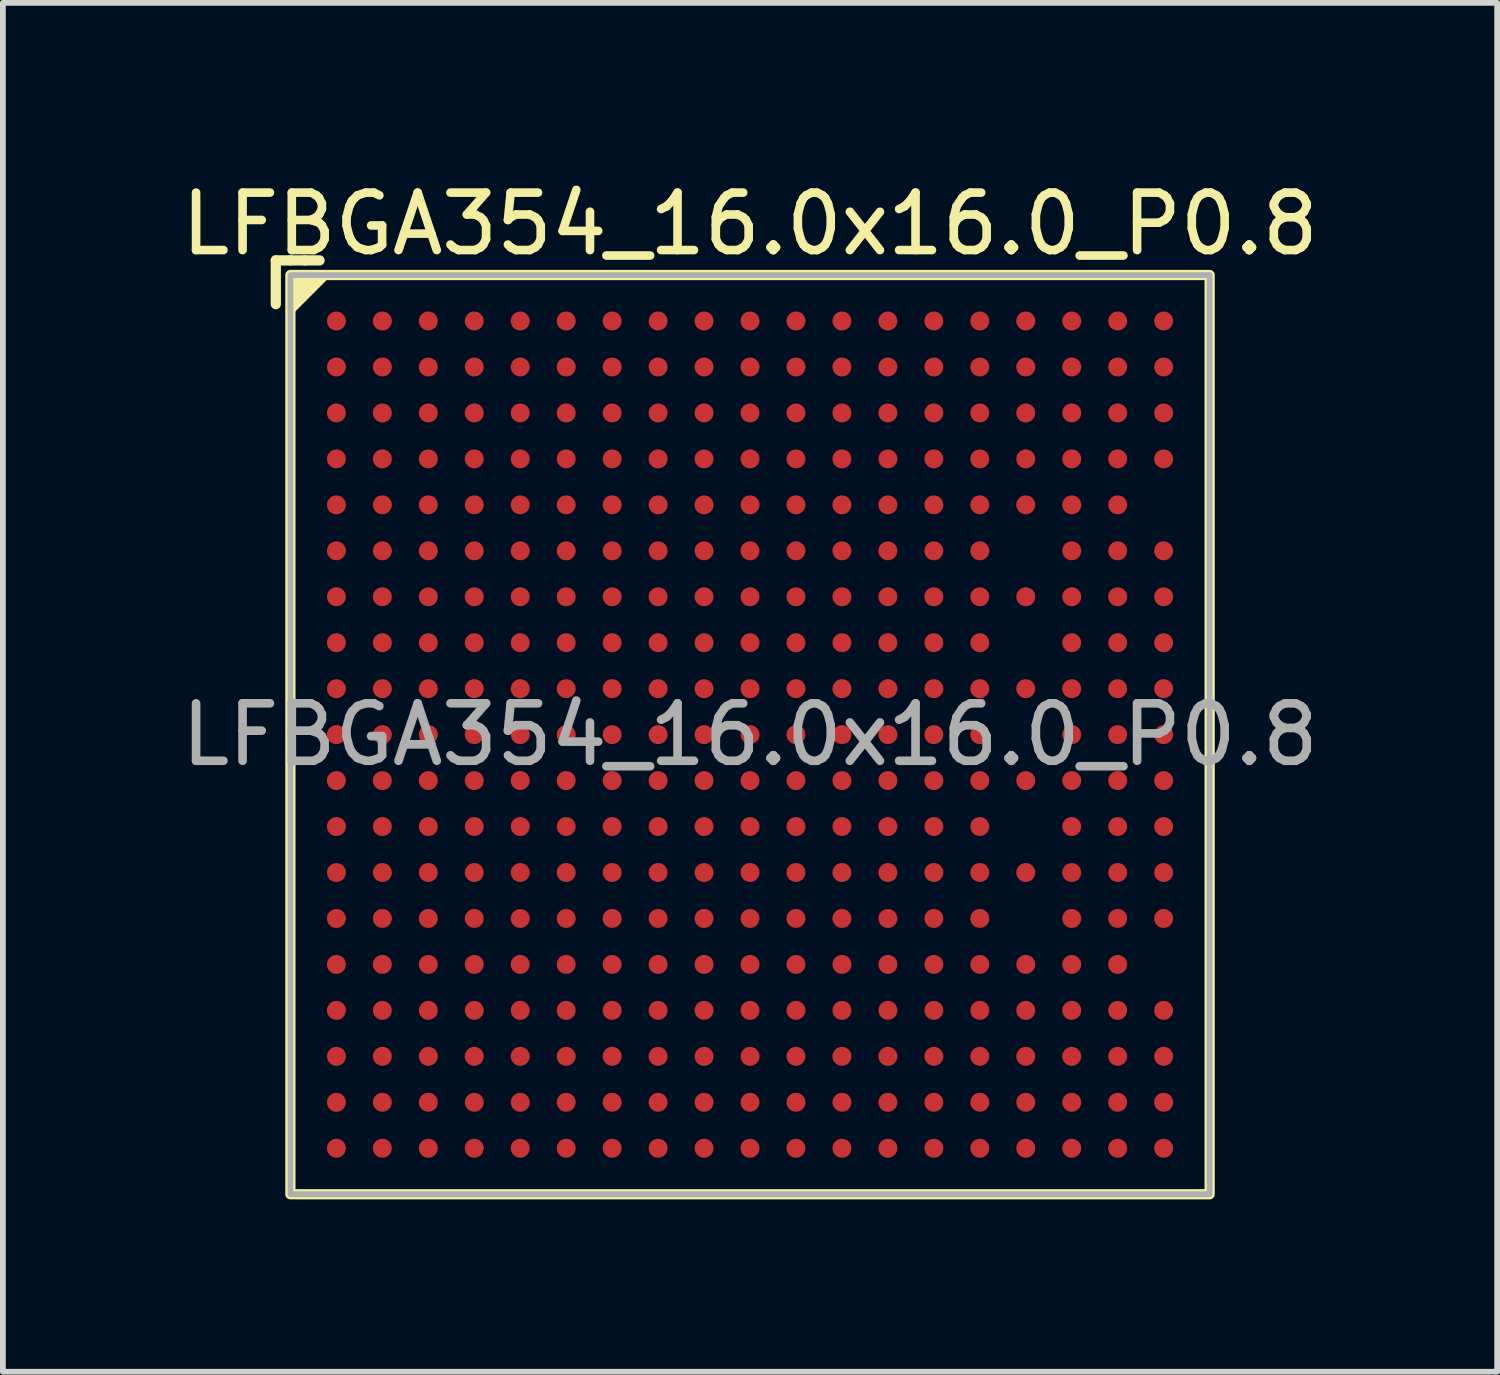
<source format=kicad_pcb>
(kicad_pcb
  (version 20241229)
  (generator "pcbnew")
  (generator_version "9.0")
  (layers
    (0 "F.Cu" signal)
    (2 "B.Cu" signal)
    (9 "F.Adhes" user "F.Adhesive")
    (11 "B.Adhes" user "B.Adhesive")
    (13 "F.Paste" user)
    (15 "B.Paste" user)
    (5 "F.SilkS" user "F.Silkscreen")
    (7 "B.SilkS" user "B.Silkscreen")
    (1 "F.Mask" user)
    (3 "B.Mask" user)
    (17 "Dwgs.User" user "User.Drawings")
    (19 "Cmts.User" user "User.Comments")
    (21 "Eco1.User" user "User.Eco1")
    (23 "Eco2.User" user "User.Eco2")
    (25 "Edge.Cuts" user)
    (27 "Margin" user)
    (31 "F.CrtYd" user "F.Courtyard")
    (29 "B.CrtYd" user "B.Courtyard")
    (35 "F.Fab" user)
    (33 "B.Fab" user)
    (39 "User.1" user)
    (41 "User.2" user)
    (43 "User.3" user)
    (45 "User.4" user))
  (footprint "LFBGA354_16.0x16.0_P0.8"
    (layer "F.Cu")
    (at 10.006 9.738)
    (property "Reference" "LFBGA354_16.0x16.0_P0.8" (at 0 -8.89 0) (unlocked yes) (layer "F.SilkS") (effects (font (size 1 1) (thickness 0.15))))
    (attr smd)
    (fp_line (start -8.255 -8.255) (end -8.255 -7.493) (stroke (width 0.178) (type solid)) (layer "F.SilkS"))
    (fp_line (start -8.255 -8.255) (end -8.001 -8.255) (stroke (width 0.178) (type solid)) (layer "F.SilkS"))
    (fp_line (start -8.001 -8.255) (end -7.747 -8.255) (stroke (width 0.178) (type solid)) (layer "F.SilkS"))
    (fp_line (start -7.747 -8.255) (end -7.493 -8.255) (stroke (width 0.178) (type solid)) (layer "F.SilkS"))
    (fp_rect (start -8.001 -8.001) (end 8.001 8.001) (stroke (width 0.178) (type solid)) (fill no) (layer "F.SilkS"))
    (fp_poly (pts (xy -8.001 -7.366) (xy -8.001 -8.001) (xy -7.366 -8.001)) (stroke (width 0.12) (type solid)) (fill yes) (layer "F.SilkS"))
    (fp_rect (start -8 -8) (end 8 8) (stroke (width 0.1) (type solid)) (fill no) (layer "F.Fab"))
    (fp_text user "${REFERENCE}" (at 0 0 0) (unlocked yes) (layer "F.Fab") (effects (font (size 1 1) (thickness 0.15))))
    (pad "A1" smd circle (at -7.2 -7.2) (size 0.33 0.33) (layers "F.Cu" "F.Mask" "F.Paste"))
    (pad "A2" smd circle (at -6.4 -7.2) (size 0.33 0.33) (layers "F.Cu" "F.Mask" "F.Paste"))
    (pad "A3" smd circle (at -5.6 -7.2) (size 0.33 0.33) (layers "F.Cu" "F.Mask" "F.Paste"))
    (pad "A4" smd circle (at -4.8 -7.2) (size 0.33 0.33) (layers "F.Cu" "F.Mask" "F.Paste"))
    (pad "A5" smd circle (at -4 -7.2) (size 0.33 0.33) (layers "F.Cu" "F.Mask" "F.Paste"))
    (pad "A6" smd circle (at -3.2 -7.2) (size 0.33 0.33) (layers "F.Cu" "F.Mask" "F.Paste"))
    (pad "A7" smd circle (at -2.4 -7.2) (size 0.33 0.33) (layers "F.Cu" "F.Mask" "F.Paste"))
    (pad "A8" smd circle (at -1.6 -7.2) (size 0.33 0.33) (layers "F.Cu" "F.Mask" "F.Paste"))
    (pad "A9" smd circle (at -0.8 -7.2) (size 0.33 0.33) (layers "F.Cu" "F.Mask" "F.Paste"))
    (pad "A10" smd circle (at 0 -7.2) (size 0.33 0.33) (layers "F.Cu" "F.Mask" "F.Paste"))
    (pad "A11" smd circle (at 0.8 -7.2) (size 0.33 0.33) (layers "F.Cu" "F.Mask" "F.Paste"))
    (pad "A12" smd circle (at 1.6 -7.2) (size 0.33 0.33) (layers "F.Cu" "F.Mask" "F.Paste"))
    (pad "A13" smd circle (at 2.4 -7.2) (size 0.33 0.33) (layers "F.Cu" "F.Mask" "F.Paste"))
    (pad "A14" smd circle (at 3.2 -7.2) (size 0.33 0.33) (layers "F.Cu" "F.Mask" "F.Paste"))
    (pad "A15" smd circle (at 4 -7.2) (size 0.33 0.33) (layers "F.Cu" "F.Mask" "F.Paste"))
    (pad "A16" smd circle (at 4.8 -7.2) (size 0.33 0.33) (layers "F.Cu" "F.Mask" "F.Paste"))
    (pad "A17" smd circle (at 5.6 -7.2) (size 0.33 0.33) (layers "F.Cu" "F.Mask" "F.Paste"))
    (pad "A18" smd circle (at 6.4 -7.2) (size 0.33 0.33) (layers "F.Cu" "F.Mask" "F.Paste"))
    (pad "A19" smd circle (at 7.2 -7.2) (size 0.33 0.33) (layers "F.Cu" "F.Mask" "F.Paste"))
    (pad "B1" smd circle (at -7.2 -6.4) (size 0.33 0.33) (layers "F.Cu" "F.Mask" "F.Paste"))
    (pad "B2" smd circle (at -6.4 -6.4) (size 0.33 0.33) (layers "F.Cu" "F.Mask" "F.Paste"))
    (pad "B3" smd circle (at -5.6 -6.4) (size 0.33 0.33) (layers "F.Cu" "F.Mask" "F.Paste"))
    (pad "B4" smd circle (at -4.8 -6.4) (size 0.33 0.33) (layers "F.Cu" "F.Mask" "F.Paste"))
    (pad "B5" smd circle (at -4 -6.4) (size 0.33 0.33) (layers "F.Cu" "F.Mask" "F.Paste"))
    (pad "B6" smd circle (at -3.2 -6.4) (size 0.33 0.33) (layers "F.Cu" "F.Mask" "F.Paste"))
    (pad "B7" smd circle (at -2.4 -6.4) (size 0.33 0.33) (layers "F.Cu" "F.Mask" "F.Paste"))
    (pad "B8" smd circle (at -1.6 -6.4) (size 0.33 0.33) (layers "F.Cu" "F.Mask" "F.Paste"))
    (pad "B9" smd circle (at -0.8 -6.4) (size 0.33 0.33) (layers "F.Cu" "F.Mask" "F.Paste"))
    (pad "B10" smd circle (at 0 -6.4) (size 0.33 0.33) (layers "F.Cu" "F.Mask" "F.Paste"))
    (pad "B11" smd circle (at 0.8 -6.4) (size 0.33 0.33) (layers "F.Cu" "F.Mask" "F.Paste"))
    (pad "B12" smd circle (at 1.6 -6.4) (size 0.33 0.33) (layers "F.Cu" "F.Mask" "F.Paste"))
    (pad "B13" smd circle (at 2.4 -6.4) (size 0.33 0.33) (layers "F.Cu" "F.Mask" "F.Paste"))
    (pad "B14" smd circle (at 3.2 -6.4) (size 0.33 0.33) (layers "F.Cu" "F.Mask" "F.Paste"))
    (pad "B15" smd circle (at 4 -6.4) (size 0.33 0.33) (layers "F.Cu" "F.Mask" "F.Paste"))
    (pad "B16" smd circle (at 4.8 -6.4) (size 0.33 0.33) (layers "F.Cu" "F.Mask" "F.Paste"))
    (pad "B17" smd circle (at 5.6 -6.4) (size 0.33 0.33) (layers "F.Cu" "F.Mask" "F.Paste"))
    (pad "B18" smd circle (at 6.4 -6.4) (size 0.33 0.33) (layers "F.Cu" "F.Mask" "F.Paste"))
    (pad "B19" smd circle (at 7.2 -6.4) (size 0.33 0.33) (layers "F.Cu" "F.Mask" "F.Paste"))
    (pad "C1" smd circle (at -7.2 -5.6) (size 0.33 0.33) (layers "F.Cu" "F.Mask" "F.Paste"))
    (pad "C2" smd circle (at -6.4 -5.6) (size 0.33 0.33) (layers "F.Cu" "F.Mask" "F.Paste"))
    (pad "C3" smd circle (at -5.6 -5.6) (size 0.33 0.33) (layers "F.Cu" "F.Mask" "F.Paste"))
    (pad "C4" smd circle (at -4.8 -5.6) (size 0.33 0.33) (layers "F.Cu" "F.Mask" "F.Paste"))
    (pad "C5" smd circle (at -4 -5.6) (size 0.33 0.33) (layers "F.Cu" "F.Mask" "F.Paste"))
    (pad "C6" smd circle (at -3.2 -5.6) (size 0.33 0.33) (layers "F.Cu" "F.Mask" "F.Paste"))
    (pad "C7" smd circle (at -2.4 -5.6) (size 0.33 0.33) (layers "F.Cu" "F.Mask" "F.Paste"))
    (pad "C8" smd circle (at -1.6 -5.6) (size 0.33 0.33) (layers "F.Cu" "F.Mask" "F.Paste"))
    (pad "C9" smd circle (at -0.8 -5.6) (size 0.33 0.33) (layers "F.Cu" "F.Mask" "F.Paste"))
    (pad "C10" smd circle (at 0 -5.6) (size 0.33 0.33) (layers "F.Cu" "F.Mask" "F.Paste"))
    (pad "C11" smd circle (at 0.8 -5.6) (size 0.33 0.33) (layers "F.Cu" "F.Mask" "F.Paste"))
    (pad "C12" smd circle (at 1.6 -5.6) (size 0.33 0.33) (layers "F.Cu" "F.Mask" "F.Paste"))
    (pad "C13" smd circle (at 2.4 -5.6) (size 0.33 0.33) (layers "F.Cu" "F.Mask" "F.Paste"))
    (pad "C14" smd circle (at 3.2 -5.6) (size 0.33 0.33) (layers "F.Cu" "F.Mask" "F.Paste"))
    (pad "C15" smd circle (at 4 -5.6) (size 0.33 0.33) (layers "F.Cu" "F.Mask" "F.Paste"))
    (pad "C16" smd circle (at 4.8 -5.6) (size 0.33 0.33) (layers "F.Cu" "F.Mask" "F.Paste"))
    (pad "C17" smd circle (at 5.6 -5.6) (size 0.33 0.33) (layers "F.Cu" "F.Mask" "F.Paste"))
    (pad "C18" smd circle (at 6.4 -5.6) (size 0.33 0.33) (layers "F.Cu" "F.Mask" "F.Paste"))
    (pad "C19" smd circle (at 7.2 -5.6) (size 0.33 0.33) (layers "F.Cu" "F.Mask" "F.Paste"))
    (pad "D1" smd circle (at -7.2 -4.8) (size 0.33 0.33) (layers "F.Cu" "F.Mask" "F.Paste"))
    (pad "D2" smd circle (at -6.4 -4.8) (size 0.33 0.33) (layers "F.Cu" "F.Mask" "F.Paste"))
    (pad "D3" smd circle (at -5.6 -4.8) (size 0.33 0.33) (layers "F.Cu" "F.Mask" "F.Paste"))
    (pad "D4" smd circle (at -4.8 -4.8) (size 0.33 0.33) (layers "F.Cu" "F.Mask" "F.Paste"))
    (pad "D5" smd circle (at -4 -4.8) (size 0.33 0.33) (layers "F.Cu" "F.Mask" "F.Paste"))
    (pad "D6" smd circle (at -3.2 -4.8) (size 0.33 0.33) (layers "F.Cu" "F.Mask" "F.Paste"))
    (pad "D7" smd circle (at -2.4 -4.8) (size 0.33 0.33) (layers "F.Cu" "F.Mask" "F.Paste"))
    (pad "D8" smd circle (at -1.6 -4.8) (size 0.33 0.33) (layers "F.Cu" "F.Mask" "F.Paste"))
    (pad "D9" smd circle (at -0.8 -4.8) (size 0.33 0.33) (layers "F.Cu" "F.Mask" "F.Paste"))
    (pad "D10" smd circle (at 0 -4.8) (size 0.33 0.33) (layers "F.Cu" "F.Mask" "F.Paste"))
    (pad "D11" smd circle (at 0.8 -4.8) (size 0.33 0.33) (layers "F.Cu" "F.Mask" "F.Paste"))
    (pad "D12" smd circle (at 1.6 -4.8) (size 0.33 0.33) (layers "F.Cu" "F.Mask" "F.Paste"))
    (pad "D13" smd circle (at 2.4 -4.8) (size 0.33 0.33) (layers "F.Cu" "F.Mask" "F.Paste"))
    (pad "D14" smd circle (at 3.2 -4.8) (size 0.33 0.33) (layers "F.Cu" "F.Mask" "F.Paste"))
    (pad "D15" smd circle (at 4 -4.8) (size 0.33 0.33) (layers "F.Cu" "F.Mask" "F.Paste"))
    (pad "D16" smd circle (at 4.8 -4.8) (size 0.33 0.33) (layers "F.Cu" "F.Mask" "F.Paste"))
    (pad "D17" smd circle (at 5.6 -4.8) (size 0.33 0.33) (layers "F.Cu" "F.Mask" "F.Paste"))
    (pad "D18" smd circle (at 6.4 -4.8) (size 0.33 0.33) (layers "F.Cu" "F.Mask" "F.Paste"))
    (pad "D19" smd circle (at 7.2 -4.8) (size 0.33 0.33) (layers "F.Cu" "F.Mask" "F.Paste"))
    (pad "E1" smd circle (at -7.2 -4) (size 0.33 0.33) (layers "F.Cu" "F.Mask" "F.Paste"))
    (pad "E2" smd circle (at -6.4 -4) (size 0.33 0.33) (layers "F.Cu" "F.Mask" "F.Paste"))
    (pad "E3" smd circle (at -5.6 -4) (size 0.33 0.33) (layers "F.Cu" "F.Mask" "F.Paste"))
    (pad "E4" smd circle (at -4.8 -4) (size 0.33 0.33) (layers "F.Cu" "F.Mask" "F.Paste"))
    (pad "E5" smd circle (at -4 -4) (size 0.33 0.33) (layers "F.Cu" "F.Mask" "F.Paste"))
    (pad "E6" smd circle (at -3.2 -4) (size 0.33 0.33) (layers "F.Cu" "F.Mask" "F.Paste"))
    (pad "E7" smd circle (at -2.4 -4) (size 0.33 0.33) (layers "F.Cu" "F.Mask" "F.Paste"))
    (pad "E8" smd circle (at -1.6 -4) (size 0.33 0.33) (layers "F.Cu" "F.Mask" "F.Paste"))
    (pad "E9" smd circle (at -0.8 -4) (size 0.33 0.33) (layers "F.Cu" "F.Mask" "F.Paste"))
    (pad "E10" smd circle (at 0 -4) (size 0.33 0.33) (layers "F.Cu" "F.Mask" "F.Paste"))
    (pad "E11" smd circle (at 0.8 -4) (size 0.33 0.33) (layers "F.Cu" "F.Mask" "F.Paste"))
    (pad "E12" smd circle (at 1.6 -4) (size 0.33 0.33) (layers "F.Cu" "F.Mask" "F.Paste"))
    (pad "E13" smd circle (at 2.4 -4) (size 0.33 0.33) (layers "F.Cu" "F.Mask" "F.Paste"))
    (pad "E14" smd circle (at 3.2 -4) (size 0.33 0.33) (layers "F.Cu" "F.Mask" "F.Paste"))
    (pad "E15" smd circle (at 4 -4) (size 0.33 0.33) (layers "F.Cu" "F.Mask" "F.Paste"))
    (pad "E16" smd circle (at 4.8 -4) (size 0.33 0.33) (layers "F.Cu" "F.Mask" "F.Paste"))
    (pad "E17" smd circle (at 5.6 -4) (size 0.33 0.33) (layers "F.Cu" "F.Mask" "F.Paste"))
    (pad "E18" smd circle (at 6.4 -4) (size 0.33 0.33) (layers "F.Cu" "F.Mask" "F.Paste"))
    (pad "F1" smd circle (at -7.2 -3.2) (size 0.33 0.33) (layers "F.Cu" "F.Mask" "F.Paste"))
    (pad "F2" smd circle (at -6.4 -3.2) (size 0.33 0.33) (layers "F.Cu" "F.Mask" "F.Paste"))
    (pad "F3" smd circle (at -5.6 -3.2) (size 0.33 0.33) (layers "F.Cu" "F.Mask" "F.Paste"))
    (pad "F4" smd circle (at -4.8 -3.2) (size 0.33 0.33) (layers "F.Cu" "F.Mask" "F.Paste"))
    (pad "F5" smd circle (at -4 -3.2) (size 0.33 0.33) (layers "F.Cu" "F.Mask" "F.Paste"))
    (pad "F6" smd circle (at -3.2 -3.2) (size 0.33 0.33) (layers "F.Cu" "F.Mask" "F.Paste"))
    (pad "F7" smd circle (at -2.4 -3.2) (size 0.33 0.33) (layers "F.Cu" "F.Mask" "F.Paste"))
    (pad "F8" smd circle (at -1.6 -3.2) (size 0.33 0.33) (layers "F.Cu" "F.Mask" "F.Paste"))
    (pad "F9" smd circle (at -0.8 -3.2) (size 0.33 0.33) (layers "F.Cu" "F.Mask" "F.Paste"))
    (pad "F10" smd circle (at 0 -3.2) (size 0.33 0.33) (layers "F.Cu" "F.Mask" "F.Paste"))
    (pad "F11" smd circle (at 0.8 -3.2) (size 0.33 0.33) (layers "F.Cu" "F.Mask" "F.Paste"))
    (pad "F12" smd circle (at 1.6 -3.2) (size 0.33 0.33) (layers "F.Cu" "F.Mask" "F.Paste"))
    (pad "F13" smd circle (at 2.4 -3.2) (size 0.33 0.33) (layers "F.Cu" "F.Mask" "F.Paste"))
    (pad "F14" smd circle (at 3.2 -3.2) (size 0.33 0.33) (layers "F.Cu" "F.Mask" "F.Paste"))
    (pad "F15" smd circle (at 4 -3.2) (size 0.33 0.33) (layers "F.Cu" "F.Mask" "F.Paste"))
    (pad "F17" smd circle (at 5.6 -3.2) (size 0.33 0.33) (layers "F.Cu" "F.Mask" "F.Paste"))
    (pad "F18" smd circle (at 6.4 -3.2) (size 0.33 0.33) (layers "F.Cu" "F.Mask" "F.Paste"))
    (pad "F19" smd circle (at 7.2 -3.2) (size 0.33 0.33) (layers "F.Cu" "F.Mask" "F.Paste"))
    (pad "G1" smd circle (at -7.2 -2.4) (size 0.33 0.33) (layers "F.Cu" "F.Mask" "F.Paste"))
    (pad "G2" smd circle (at -6.4 -2.4) (size 0.33 0.33) (layers "F.Cu" "F.Mask" "F.Paste"))
    (pad "G3" smd circle (at -5.6 -2.4) (size 0.33 0.33) (layers "F.Cu" "F.Mask" "F.Paste"))
    (pad "G4" smd circle (at -4.8 -2.4) (size 0.33 0.33) (layers "F.Cu" "F.Mask" "F.Paste"))
    (pad "G5" smd circle (at -4 -2.4) (size 0.33 0.33) (layers "F.Cu" "F.Mask" "F.Paste"))
    (pad "G6" smd circle (at -3.2 -2.4) (size 0.33 0.33) (layers "F.Cu" "F.Mask" "F.Paste"))
    (pad "G7" smd circle (at -2.4 -2.4) (size 0.33 0.33) (layers "F.Cu" "F.Mask" "F.Paste"))
    (pad "G8" smd circle (at -1.6 -2.4) (size 0.33 0.33) (layers "F.Cu" "F.Mask" "F.Paste"))
    (pad "G9" smd circle (at -0.8 -2.4) (size 0.33 0.33) (layers "F.Cu" "F.Mask" "F.Paste"))
    (pad "G10" smd circle (at 0 -2.4) (size 0.33 0.33) (layers "F.Cu" "F.Mask" "F.Paste"))
    (pad "G11" smd circle (at 0.8 -2.4) (size 0.33 0.33) (layers "F.Cu" "F.Mask" "F.Paste"))
    (pad "G12" smd circle (at 1.6 -2.4) (size 0.33 0.33) (layers "F.Cu" "F.Mask" "F.Paste"))
    (pad "G13" smd circle (at 2.4 -2.4) (size 0.33 0.33) (layers "F.Cu" "F.Mask" "F.Paste"))
    (pad "G14" smd circle (at 3.2 -2.4) (size 0.33 0.33) (layers "F.Cu" "F.Mask" "F.Paste"))
    (pad "G15" smd circle (at 4 -2.4) (size 0.33 0.33) (layers "F.Cu" "F.Mask" "F.Paste"))
    (pad "G16" smd circle (at 4.8 -2.4) (size 0.33 0.33) (layers "F.Cu" "F.Mask" "F.Paste"))
    (pad "G17" smd circle (at 5.6 -2.4) (size 0.33 0.33) (layers "F.Cu" "F.Mask" "F.Paste"))
    (pad "G18" smd circle (at 6.4 -2.4) (size 0.33 0.33) (layers "F.Cu" "F.Mask" "F.Paste"))
    (pad "G19" smd circle (at 7.2 -2.4) (size 0.33 0.33) (layers "F.Cu" "F.Mask" "F.Paste"))
    (pad "H1" smd circle (at -7.2 -1.6) (size 0.33 0.33) (layers "F.Cu" "F.Mask" "F.Paste"))
    (pad "H2" smd circle (at -6.4 -1.6) (size 0.33 0.33) (layers "F.Cu" "F.Mask" "F.Paste"))
    (pad "H3" smd circle (at -5.6 -1.6) (size 0.33 0.33) (layers "F.Cu" "F.Mask" "F.Paste"))
    (pad "H4" smd circle (at -4.8 -1.6) (size 0.33 0.33) (layers "F.Cu" "F.Mask" "F.Paste"))
    (pad "H5" smd circle (at -4 -1.6) (size 0.33 0.33) (layers "F.Cu" "F.Mask" "F.Paste"))
    (pad "H6" smd circle (at -3.2 -1.6) (size 0.33 0.33) (layers "F.Cu" "F.Mask" "F.Paste"))
    (pad "H7" smd circle (at -2.4 -1.6) (size 0.33 0.33) (layers "F.Cu" "F.Mask" "F.Paste"))
    (pad "H8" smd circle (at -1.6 -1.6) (size 0.33 0.33) (layers "F.Cu" "F.Mask" "F.Paste"))
    (pad "H9" smd circle (at -0.8 -1.6) (size 0.33 0.33) (layers "F.Cu" "F.Mask" "F.Paste"))
    (pad "H10" smd circle (at 0 -1.6) (size 0.33 0.33) (layers "F.Cu" "F.Mask" "F.Paste"))
    (pad "H11" smd circle (at 0.8 -1.6) (size 0.33 0.33) (layers "F.Cu" "F.Mask" "F.Paste"))
    (pad "H12" smd circle (at 1.6 -1.6) (size 0.33 0.33) (layers "F.Cu" "F.Mask" "F.Paste"))
    (pad "H13" smd circle (at 2.4 -1.6) (size 0.33 0.33) (layers "F.Cu" "F.Mask" "F.Paste"))
    (pad "H14" smd circle (at 3.2 -1.6) (size 0.33 0.33) (layers "F.Cu" "F.Mask" "F.Paste"))
    (pad "H15" smd circle (at 4 -1.6) (size 0.33 0.33) (layers "F.Cu" "F.Mask" "F.Paste"))
    (pad "H17" smd circle (at 5.6 -1.6) (size 0.33 0.33) (layers "F.Cu" "F.Mask" "F.Paste"))
    (pad "H18" smd circle (at 6.4 -1.6) (size 0.33 0.33) (layers "F.Cu" "F.Mask" "F.Paste"))
    (pad "H19" smd circle (at 7.2 -1.6) (size 0.33 0.33) (layers "F.Cu" "F.Mask" "F.Paste"))
    (pad "J1" smd circle (at -7.2 -0.8) (size 0.33 0.33) (layers "F.Cu" "F.Mask" "F.Paste"))
    (pad "J2" smd circle (at -6.4 -0.8) (size 0.33 0.33) (layers "F.Cu" "F.Mask" "F.Paste"))
    (pad "J3" smd circle (at -5.6 -0.8) (size 0.33 0.33) (layers "F.Cu" "F.Mask" "F.Paste"))
    (pad "J4" smd circle (at -4.8 -0.8) (size 0.33 0.33) (layers "F.Cu" "F.Mask" "F.Paste"))
    (pad "J5" smd circle (at -4 -0.8) (size 0.33 0.33) (layers "F.Cu" "F.Mask" "F.Paste"))
    (pad "J6" smd circle (at -3.2 -0.8) (size 0.33 0.33) (layers "F.Cu" "F.Mask" "F.Paste"))
    (pad "J7" smd circle (at -2.4 -0.8) (size 0.33 0.33) (layers "F.Cu" "F.Mask" "F.Paste"))
    (pad "J8" smd circle (at -1.6 -0.8) (size 0.33 0.33) (layers "F.Cu" "F.Mask" "F.Paste"))
    (pad "J9" smd circle (at -0.8 -0.8) (size 0.33 0.33) (layers "F.Cu" "F.Mask" "F.Paste"))
    (pad "J10" smd circle (at 0 -0.8) (size 0.33 0.33) (layers "F.Cu" "F.Mask" "F.Paste"))
    (pad "J11" smd circle (at 0.8 -0.8) (size 0.33 0.33) (layers "F.Cu" "F.Mask" "F.Paste"))
    (pad "J12" smd circle (at 1.6 -0.8) (size 0.33 0.33) (layers "F.Cu" "F.Mask" "F.Paste"))
    (pad "J13" smd circle (at 2.4 -0.8) (size 0.33 0.33) (layers "F.Cu" "F.Mask" "F.Paste"))
    (pad "J14" smd circle (at 3.2 -0.8) (size 0.33 0.33) (layers "F.Cu" "F.Mask" "F.Paste"))
    (pad "J15" smd circle (at 4 -0.8) (size 0.33 0.33) (layers "F.Cu" "F.Mask" "F.Paste"))
    (pad "J16" smd circle (at 4.8 -0.8) (size 0.33 0.33) (layers "F.Cu" "F.Mask" "F.Paste"))
    (pad "J17" smd circle (at 5.6 -0.8) (size 0.33 0.33) (layers "F.Cu" "F.Mask" "F.Paste"))
    (pad "J18" smd circle (at 6.4 -0.8) (size 0.33 0.33) (layers "F.Cu" "F.Mask" "F.Paste"))
    (pad "J19" smd circle (at 7.2 -0.8) (size 0.33 0.33) (layers "F.Cu" "F.Mask" "F.Paste"))
    (pad "K1" smd circle (at -7.2 0) (size 0.33 0.33) (layers "F.Cu" "F.Mask" "F.Paste"))
    (pad "K2" smd circle (at -6.4 0) (size 0.33 0.33) (layers "F.Cu" "F.Mask" "F.Paste"))
    (pad "K3" smd circle (at -5.6 0) (size 0.33 0.33) (layers "F.Cu" "F.Mask" "F.Paste"))
    (pad "K4" smd circle (at -4.8 0) (size 0.33 0.33) (layers "F.Cu" "F.Mask" "F.Paste"))
    (pad "K5" smd circle (at -4 0) (size 0.33 0.33) (layers "F.Cu" "F.Mask" "F.Paste"))
    (pad "K6" smd circle (at -3.2 0) (size 0.33 0.33) (layers "F.Cu" "F.Mask" "F.Paste"))
    (pad "K7" smd circle (at -2.4 0) (size 0.33 0.33) (layers "F.Cu" "F.Mask" "F.Paste"))
    (pad "K8" smd circle (at -1.6 0) (size 0.33 0.33) (layers "F.Cu" "F.Mask" "F.Paste"))
    (pad "K9" smd circle (at -0.8 0) (size 0.33 0.33) (layers "F.Cu" "F.Mask" "F.Paste"))
    (pad "K10" smd circle (at 0 0) (size 0.33 0.33) (layers "F.Cu" "F.Mask" "F.Paste"))
    (pad "K11" smd circle (at 0.8 0) (size 0.33 0.33) (layers "F.Cu" "F.Mask" "F.Paste"))
    (pad "K12" smd circle (at 1.6 0) (size 0.33 0.33) (layers "F.Cu" "F.Mask" "F.Paste"))
    (pad "K13" smd circle (at 2.4 0) (size 0.33 0.33) (layers "F.Cu" "F.Mask" "F.Paste"))
    (pad "K14" smd circle (at 3.2 0) (size 0.33 0.33) (layers "F.Cu" "F.Mask" "F.Paste"))
    (pad "K15" smd circle (at 4 0) (size 0.33 0.33) (layers "F.Cu" "F.Mask" "F.Paste"))
    (pad "K17" smd circle (at 5.6 0) (size 0.33 0.33) (layers "F.Cu" "F.Mask" "F.Paste"))
    (pad "K18" smd circle (at 6.4 0) (size 0.33 0.33) (layers "F.Cu" "F.Mask" "F.Paste"))
    (pad "K19" smd circle (at 7.2 0) (size 0.33 0.33) (layers "F.Cu" "F.Mask" "F.Paste"))
    (pad "L1" smd circle (at -7.2 0.8) (size 0.33 0.33) (layers "F.Cu" "F.Mask" "F.Paste"))
    (pad "L2" smd circle (at -6.4 0.8) (size 0.33 0.33) (layers "F.Cu" "F.Mask" "F.Paste"))
    (pad "L3" smd circle (at -5.6 0.8) (size 0.33 0.33) (layers "F.Cu" "F.Mask" "F.Paste"))
    (pad "L4" smd circle (at -4.8 0.8) (size 0.33 0.33) (layers "F.Cu" "F.Mask" "F.Paste"))
    (pad "L5" smd circle (at -4 0.8) (size 0.33 0.33) (layers "F.Cu" "F.Mask" "F.Paste"))
    (pad "L6" smd circle (at -3.2 0.8) (size 0.33 0.33) (layers "F.Cu" "F.Mask" "F.Paste"))
    (pad "L7" smd circle (at -2.4 0.8) (size 0.33 0.33) (layers "F.Cu" "F.Mask" "F.Paste"))
    (pad "L8" smd circle (at -1.6 0.8) (size 0.33 0.33) (layers "F.Cu" "F.Mask" "F.Paste"))
    (pad "L9" smd circle (at -0.8 0.8) (size 0.33 0.33) (layers "F.Cu" "F.Mask" "F.Paste"))
    (pad "L10" smd circle (at 0 0.8) (size 0.33 0.33) (layers "F.Cu" "F.Mask" "F.Paste"))
    (pad "L11" smd circle (at 0.8 0.8) (size 0.33 0.33) (layers "F.Cu" "F.Mask" "F.Paste"))
    (pad "L12" smd circle (at 1.6 0.8) (size 0.33 0.33) (layers "F.Cu" "F.Mask" "F.Paste"))
    (pad "L13" smd circle (at 2.4 0.8) (size 0.33 0.33) (layers "F.Cu" "F.Mask" "F.Paste"))
    (pad "L14" smd circle (at 3.2 0.8) (size 0.33 0.33) (layers "F.Cu" "F.Mask" "F.Paste"))
    (pad "L15" smd circle (at 4 0.8) (size 0.33 0.33) (layers "F.Cu" "F.Mask" "F.Paste"))
    (pad "L16" smd circle (at 4.8 0.8) (size 0.33 0.33) (layers "F.Cu" "F.Mask" "F.Paste"))
    (pad "L17" smd circle (at 5.6 0.8) (size 0.33 0.33) (layers "F.Cu" "F.Mask" "F.Paste"))
    (pad "L18" smd circle (at 6.4 0.8) (size 0.33 0.33) (layers "F.Cu" "F.Mask" "F.Paste"))
    (pad "L19" smd circle (at 7.2 0.8) (size 0.33 0.33) (layers "F.Cu" "F.Mask" "F.Paste"))
    (pad "M1" smd circle (at -7.2 1.6) (size 0.33 0.33) (layers "F.Cu" "F.Mask" "F.Paste"))
    (pad "M2" smd circle (at -6.4 1.6) (size 0.33 0.33) (layers "F.Cu" "F.Mask" "F.Paste"))
    (pad "M3" smd circle (at -5.6 1.6) (size 0.33 0.33) (layers "F.Cu" "F.Mask" "F.Paste"))
    (pad "M4" smd circle (at -4.8 1.6) (size 0.33 0.33) (layers "F.Cu" "F.Mask" "F.Paste"))
    (pad "M5" smd circle (at -4 1.6) (size 0.33 0.33) (layers "F.Cu" "F.Mask" "F.Paste"))
    (pad "M6" smd circle (at -3.2 1.6) (size 0.33 0.33) (layers "F.Cu" "F.Mask" "F.Paste"))
    (pad "M7" smd circle (at -2.4 1.6) (size 0.33 0.33) (layers "F.Cu" "F.Mask" "F.Paste"))
    (pad "M8" smd circle (at -1.6 1.6) (size 0.33 0.33) (layers "F.Cu" "F.Mask" "F.Paste"))
    (pad "M9" smd circle (at -0.8 1.6) (size 0.33 0.33) (layers "F.Cu" "F.Mask" "F.Paste"))
    (pad "M10" smd circle (at 0 1.6) (size 0.33 0.33) (layers "F.Cu" "F.Mask" "F.Paste"))
    (pad "M11" smd circle (at 0.8 1.6) (size 0.33 0.33) (layers "F.Cu" "F.Mask" "F.Paste"))
    (pad "M12" smd circle (at 1.6 1.6) (size 0.33 0.33) (layers "F.Cu" "F.Mask" "F.Paste"))
    (pad "M13" smd circle (at 2.4 1.6) (size 0.33 0.33) (layers "F.Cu" "F.Mask" "F.Paste"))
    (pad "M14" smd circle (at 3.2 1.6) (size 0.33 0.33) (layers "F.Cu" "F.Mask" "F.Paste"))
    (pad "M15" smd circle (at 4 1.6) (size 0.33 0.33) (layers "F.Cu" "F.Mask" "F.Paste"))
    (pad "M17" smd circle (at 5.6 1.6) (size 0.33 0.33) (layers "F.Cu" "F.Mask" "F.Paste"))
    (pad "M18" smd circle (at 6.4 1.6) (size 0.33 0.33) (layers "F.Cu" "F.Mask" "F.Paste"))
    (pad "M19" smd circle (at 7.2 1.6) (size 0.33 0.33) (layers "F.Cu" "F.Mask" "F.Paste"))
    (pad "N1" smd circle (at -7.2 2.4) (size 0.33 0.33) (layers "F.Cu" "F.Mask" "F.Paste"))
    (pad "N2" smd circle (at -6.4 2.4) (size 0.33 0.33) (layers "F.Cu" "F.Mask" "F.Paste"))
    (pad "N3" smd circle (at -5.6 2.4) (size 0.33 0.33) (layers "F.Cu" "F.Mask" "F.Paste"))
    (pad "N4" smd circle (at -4.8 2.4) (size 0.33 0.33) (layers "F.Cu" "F.Mask" "F.Paste"))
    (pad "N5" smd circle (at -4 2.4) (size 0.33 0.33) (layers "F.Cu" "F.Mask" "F.Paste"))
    (pad "N6" smd circle (at -3.2 2.4) (size 0.33 0.33) (layers "F.Cu" "F.Mask" "F.Paste"))
    (pad "N7" smd circle (at -2.4 2.4) (size 0.33 0.33) (layers "F.Cu" "F.Mask" "F.Paste"))
    (pad "N8" smd circle (at -1.6 2.4) (size 0.33 0.33) (layers "F.Cu" "F.Mask" "F.Paste"))
    (pad "N9" smd circle (at -0.8 2.4) (size 0.33 0.33) (layers "F.Cu" "F.Mask" "F.Paste"))
    (pad "N10" smd circle (at 0 2.4) (size 0.33 0.33) (layers "F.Cu" "F.Mask" "F.Paste"))
    (pad "N11" smd circle (at 0.8 2.4) (size 0.33 0.33) (layers "F.Cu" "F.Mask" "F.Paste"))
    (pad "N12" smd circle (at 1.6 2.4) (size 0.33 0.33) (layers "F.Cu" "F.Mask" "F.Paste"))
    (pad "N13" smd circle (at 2.4 2.4) (size 0.33 0.33) (layers "F.Cu" "F.Mask" "F.Paste"))
    (pad "N14" smd circle (at 3.2 2.4) (size 0.33 0.33) (layers "F.Cu" "F.Mask" "F.Paste"))
    (pad "N15" smd circle (at 4 2.4) (size 0.33 0.33) (layers "F.Cu" "F.Mask" "F.Paste"))
    (pad "N16" smd circle (at 4.8 2.4) (size 0.33 0.33) (layers "F.Cu" "F.Mask" "F.Paste"))
    (pad "N17" smd circle (at 5.6 2.4) (size 0.33 0.33) (layers "F.Cu" "F.Mask" "F.Paste"))
    (pad "N18" smd circle (at 6.4 2.4) (size 0.33 0.33) (layers "F.Cu" "F.Mask" "F.Paste"))
    (pad "N19" smd circle (at 7.2 2.4) (size 0.33 0.33) (layers "F.Cu" "F.Mask" "F.Paste"))
    (pad "P1" smd circle (at -7.2 3.2) (size 0.33 0.33) (layers "F.Cu" "F.Mask" "F.Paste"))
    (pad "P2" smd circle (at -6.4 3.2) (size 0.33 0.33) (layers "F.Cu" "F.Mask" "F.Paste"))
    (pad "P3" smd circle (at -5.6 3.2) (size 0.33 0.33) (layers "F.Cu" "F.Mask" "F.Paste"))
    (pad "P4" smd circle (at -4.8 3.2) (size 0.33 0.33) (layers "F.Cu" "F.Mask" "F.Paste"))
    (pad "P5" smd circle (at -4 3.2) (size 0.33 0.33) (layers "F.Cu" "F.Mask" "F.Paste"))
    (pad "P6" smd circle (at -3.2 3.2) (size 0.33 0.33) (layers "F.Cu" "F.Mask" "F.Paste"))
    (pad "P7" smd circle (at -2.4 3.2) (size 0.33 0.33) (layers "F.Cu" "F.Mask" "F.Paste"))
    (pad "P8" smd circle (at -1.6 3.2) (size 0.33 0.33) (layers "F.Cu" "F.Mask" "F.Paste"))
    (pad "P9" smd circle (at -0.8 3.2) (size 0.33 0.33) (layers "F.Cu" "F.Mask" "F.Paste"))
    (pad "P10" smd circle (at 0 3.2) (size 0.33 0.33) (layers "F.Cu" "F.Mask" "F.Paste"))
    (pad "P11" smd circle (at 0.8 3.2) (size 0.33 0.33) (layers "F.Cu" "F.Mask" "F.Paste"))
    (pad "P12" smd circle (at 1.6 3.2) (size 0.33 0.33) (layers "F.Cu" "F.Mask" "F.Paste"))
    (pad "P13" smd circle (at 2.4 3.2) (size 0.33 0.33) (layers "F.Cu" "F.Mask" "F.Paste"))
    (pad "P14" smd circle (at 3.2 3.2) (size 0.33 0.33) (layers "F.Cu" "F.Mask" "F.Paste"))
    (pad "P15" smd circle (at 4 3.2) (size 0.33 0.33) (layers "F.Cu" "F.Mask" "F.Paste"))
    (pad "P17" smd circle (at 5.6 3.2) (size 0.33 0.33) (layers "F.Cu" "F.Mask" "F.Paste"))
    (pad "P18" smd circle (at 6.4 3.2) (size 0.33 0.33) (layers "F.Cu" "F.Mask" "F.Paste"))
    (pad "P19" smd circle (at 7.2 3.2) (size 0.33 0.33) (layers "F.Cu" "F.Mask" "F.Paste"))
    (pad "R1" smd circle (at -7.2 4) (size 0.33 0.33) (layers "F.Cu" "F.Mask" "F.Paste"))
    (pad "R2" smd circle (at -6.4 4) (size 0.33 0.33) (layers "F.Cu" "F.Mask" "F.Paste"))
    (pad "R3" smd circle (at -5.6 4) (size 0.33 0.33) (layers "F.Cu" "F.Mask" "F.Paste"))
    (pad "R4" smd circle (at -4.8 4) (size 0.33 0.33) (layers "F.Cu" "F.Mask" "F.Paste"))
    (pad "R5" smd circle (at -4 4) (size 0.33 0.33) (layers "F.Cu" "F.Mask" "F.Paste"))
    (pad "R6" smd circle (at -3.2 4) (size 0.33 0.33) (layers "F.Cu" "F.Mask" "F.Paste"))
    (pad "R7" smd circle (at -2.4 4) (size 0.33 0.33) (layers "F.Cu" "F.Mask" "F.Paste"))
    (pad "R8" smd circle (at -1.6 4) (size 0.33 0.33) (layers "F.Cu" "F.Mask" "F.Paste"))
    (pad "R9" smd circle (at -0.8 4) (size 0.33 0.33) (layers "F.Cu" "F.Mask" "F.Paste"))
    (pad "R10" smd circle (at 0 4) (size 0.33 0.33) (layers "F.Cu" "F.Mask" "F.Paste"))
    (pad "R11" smd circle (at 0.8 4) (size 0.33 0.33) (layers "F.Cu" "F.Mask" "F.Paste"))
    (pad "R12" smd circle (at 1.6 4) (size 0.33 0.33) (layers "F.Cu" "F.Mask" "F.Paste"))
    (pad "R13" smd circle (at 2.4 4) (size 0.33 0.33) (layers "F.Cu" "F.Mask" "F.Paste"))
    (pad "R14" smd circle (at 3.2 4) (size 0.33 0.33) (layers "F.Cu" "F.Mask" "F.Paste"))
    (pad "R15" smd circle (at 4 4) (size 0.33 0.33) (layers "F.Cu" "F.Mask" "F.Paste"))
    (pad "R16" smd circle (at 4.8 4) (size 0.33 0.33) (layers "F.Cu" "F.Mask" "F.Paste"))
    (pad "R17" smd circle (at 5.6 4) (size 0.33 0.33) (layers "F.Cu" "F.Mask" "F.Paste"))
    (pad "R18" smd circle (at 6.4 4) (size 0.33 0.33) (layers "F.Cu" "F.Mask" "F.Paste"))
    (pad "T1" smd circle (at -7.2 4.8) (size 0.33 0.33) (layers "F.Cu" "F.Mask" "F.Paste"))
    (pad "T2" smd circle (at -6.4 4.8) (size 0.33 0.33) (layers "F.Cu" "F.Mask" "F.Paste"))
    (pad "T3" smd circle (at -5.6 4.8) (size 0.33 0.33) (layers "F.Cu" "F.Mask" "F.Paste"))
    (pad "T4" smd circle (at -4.8 4.8) (size 0.33 0.33) (layers "F.Cu" "F.Mask" "F.Paste"))
    (pad "T5" smd circle (at -4 4.8) (size 0.33 0.33) (layers "F.Cu" "F.Mask" "F.Paste"))
    (pad "T6" smd circle (at -3.2 4.8) (size 0.33 0.33) (layers "F.Cu" "F.Mask" "F.Paste"))
    (pad "T7" smd circle (at -2.4 4.8) (size 0.33 0.33) (layers "F.Cu" "F.Mask" "F.Paste"))
    (pad "T8" smd circle (at -1.6 4.8) (size 0.33 0.33) (layers "F.Cu" "F.Mask" "F.Paste"))
    (pad "T9" smd circle (at -0.8 4.8) (size 0.33 0.33) (layers "F.Cu" "F.Mask" "F.Paste"))
    (pad "T10" smd circle (at 0 4.8) (size 0.33 0.33) (layers "F.Cu" "F.Mask" "F.Paste"))
    (pad "T11" smd circle (at 0.8 4.8) (size 0.33 0.33) (layers "F.Cu" "F.Mask" "F.Paste"))
    (pad "T12" smd circle (at 1.6 4.8) (size 0.33 0.33) (layers "F.Cu" "F.Mask" "F.Paste"))
    (pad "T13" smd circle (at 2.4 4.8) (size 0.33 0.33) (layers "F.Cu" "F.Mask" "F.Paste"))
    (pad "T14" smd circle (at 3.2 4.8) (size 0.33 0.33) (layers "F.Cu" "F.Mask" "F.Paste"))
    (pad "T15" smd circle (at 4 4.8) (size 0.33 0.33) (layers "F.Cu" "F.Mask" "F.Paste"))
    (pad "T16" smd circle (at 4.8 4.8) (size 0.33 0.33) (layers "F.Cu" "F.Mask" "F.Paste"))
    (pad "T17" smd circle (at 5.6 4.8) (size 0.33 0.33) (layers "F.Cu" "F.Mask" "F.Paste"))
    (pad "T18" smd circle (at 6.4 4.8) (size 0.33 0.33) (layers "F.Cu" "F.Mask" "F.Paste"))
    (pad "T19" smd circle (at 7.2 4.8) (size 0.33 0.33) (layers "F.Cu" "F.Mask" "F.Paste"))
    (pad "U1" smd circle (at -7.2 5.6) (size 0.33 0.33) (layers "F.Cu" "F.Mask" "F.Paste"))
    (pad "U2" smd circle (at -6.4 5.6) (size 0.33 0.33) (layers "F.Cu" "F.Mask" "F.Paste"))
    (pad "U3" smd circle (at -5.6 5.6) (size 0.33 0.33) (layers "F.Cu" "F.Mask" "F.Paste"))
    (pad "U4" smd circle (at -4.8 5.6) (size 0.33 0.33) (layers "F.Cu" "F.Mask" "F.Paste"))
    (pad "U5" smd circle (at -4 5.6) (size 0.33 0.33) (layers "F.Cu" "F.Mask" "F.Paste"))
    (pad "U6" smd circle (at -3.2 5.6) (size 0.33 0.33) (layers "F.Cu" "F.Mask" "F.Paste"))
    (pad "U7" smd circle (at -2.4 5.6) (size 0.33 0.33) (layers "F.Cu" "F.Mask" "F.Paste"))
    (pad "U8" smd circle (at -1.6 5.6) (size 0.33 0.33) (layers "F.Cu" "F.Mask" "F.Paste"))
    (pad "U9" smd circle (at -0.8 5.6) (size 0.33 0.33) (layers "F.Cu" "F.Mask" "F.Paste"))
    (pad "U10" smd circle (at 0 5.6) (size 0.33 0.33) (layers "F.Cu" "F.Mask" "F.Paste"))
    (pad "U11" smd circle (at 0.8 5.6) (size 0.33 0.33) (layers "F.Cu" "F.Mask" "F.Paste"))
    (pad "U12" smd circle (at 1.6 5.6) (size 0.33 0.33) (layers "F.Cu" "F.Mask" "F.Paste"))
    (pad "U13" smd circle (at 2.4 5.6) (size 0.33 0.33) (layers "F.Cu" "F.Mask" "F.Paste"))
    (pad "U14" smd circle (at 3.2 5.6) (size 0.33 0.33) (layers "F.Cu" "F.Mask" "F.Paste"))
    (pad "U15" smd circle (at 4 5.6) (size 0.33 0.33) (layers "F.Cu" "F.Mask" "F.Paste"))
    (pad "U16" smd circle (at 4.8 5.6) (size 0.33 0.33) (layers "F.Cu" "F.Mask" "F.Paste"))
    (pad "U17" smd circle (at 5.6 5.6) (size 0.33 0.33) (layers "F.Cu" "F.Mask" "F.Paste"))
    (pad "U18" smd circle (at 6.4 5.6) (size 0.33 0.33) (layers "F.Cu" "F.Mask" "F.Paste"))
    (pad "U19" smd circle (at 7.2 5.6) (size 0.33 0.33) (layers "F.Cu" "F.Mask" "F.Paste"))
    (pad "V1" smd circle (at -7.2 6.4) (size 0.33 0.33) (layers "F.Cu" "F.Mask" "F.Paste"))
    (pad "V2" smd circle (at -6.4 6.4) (size 0.33 0.33) (layers "F.Cu" "F.Mask" "F.Paste"))
    (pad "V3" smd circle (at -5.6 6.4) (size 0.33 0.33) (layers "F.Cu" "F.Mask" "F.Paste"))
    (pad "V4" smd circle (at -4.8 6.4) (size 0.33 0.33) (layers "F.Cu" "F.Mask" "F.Paste"))
    (pad "V5" smd circle (at -4 6.4) (size 0.33 0.33) (layers "F.Cu" "F.Mask" "F.Paste"))
    (pad "V6" smd circle (at -3.2 6.4) (size 0.33 0.33) (layers "F.Cu" "F.Mask" "F.Paste"))
    (pad "V7" smd circle (at -2.4 6.4) (size 0.33 0.33) (layers "F.Cu" "F.Mask" "F.Paste"))
    (pad "V8" smd circle (at -1.6 6.4) (size 0.33 0.33) (layers "F.Cu" "F.Mask" "F.Paste"))
    (pad "V9" smd circle (at -0.8 6.4) (size 0.33 0.33) (layers "F.Cu" "F.Mask" "F.Paste"))
    (pad "V10" smd circle (at 0 6.4) (size 0.33 0.33) (layers "F.Cu" "F.Mask" "F.Paste"))
    (pad "V11" smd circle (at 0.8 6.4) (size 0.33 0.33) (layers "F.Cu" "F.Mask" "F.Paste"))
    (pad "V12" smd circle (at 1.6 6.4) (size 0.33 0.33) (layers "F.Cu" "F.Mask" "F.Paste"))
    (pad "V13" smd circle (at 2.4 6.4) (size 0.33 0.33) (layers "F.Cu" "F.Mask" "F.Paste"))
    (pad "V14" smd circle (at 3.2 6.4) (size 0.33 0.33) (layers "F.Cu" "F.Mask" "F.Paste"))
    (pad "V15" smd circle (at 4 6.4) (size 0.33 0.33) (layers "F.Cu" "F.Mask" "F.Paste"))
    (pad "V16" smd circle (at 4.8 6.4) (size 0.33 0.33) (layers "F.Cu" "F.Mask" "F.Paste"))
    (pad "V17" smd circle (at 5.6 6.4) (size 0.33 0.33) (layers "F.Cu" "F.Mask" "F.Paste"))
    (pad "V18" smd circle (at 6.4 6.4) (size 0.33 0.33) (layers "F.Cu" "F.Mask" "F.Paste"))
    (pad "V19" smd circle (at 7.2 6.4) (size 0.33 0.33) (layers "F.Cu" "F.Mask" "F.Paste"))
    (pad "W1" smd circle (at -7.2 7.2) (size 0.33 0.33) (layers "F.Cu" "F.Mask" "F.Paste"))
    (pad "W2" smd circle (at -6.4 7.2) (size 0.33 0.33) (layers "F.Cu" "F.Mask" "F.Paste"))
    (pad "W3" smd circle (at -5.6 7.2) (size 0.33 0.33) (layers "F.Cu" "F.Mask" "F.Paste"))
    (pad "W4" smd circle (at -4.8 7.2) (size 0.33 0.33) (layers "F.Cu" "F.Mask" "F.Paste"))
    (pad "W5" smd circle (at -4 7.2) (size 0.33 0.33) (layers "F.Cu" "F.Mask" "F.Paste"))
    (pad "W6" smd circle (at -3.2 7.2) (size 0.33 0.33) (layers "F.Cu" "F.Mask" "F.Paste"))
    (pad "W7" smd circle (at -2.4 7.2) (size 0.33 0.33) (layers "F.Cu" "F.Mask" "F.Paste"))
    (pad "W8" smd circle (at -1.6 7.2) (size 0.33 0.33) (layers "F.Cu" "F.Mask" "F.Paste"))
    (pad "W9" smd circle (at -0.8 7.2) (size 0.33 0.33) (layers "F.Cu" "F.Mask" "F.Paste"))
    (pad "W10" smd circle (at 0 7.2) (size 0.33 0.33) (layers "F.Cu" "F.Mask" "F.Paste"))
    (pad "W11" smd circle (at 0.8 7.2) (size 0.33 0.33) (layers "F.Cu" "F.Mask" "F.Paste"))
    (pad "W12" smd circle (at 1.6 7.2) (size 0.33 0.33) (layers "F.Cu" "F.Mask" "F.Paste"))
    (pad "W13" smd circle (at 2.4 7.2) (size 0.33 0.33) (layers "F.Cu" "F.Mask" "F.Paste"))
    (pad "W14" smd circle (at 3.2 7.2) (size 0.33 0.33) (layers "F.Cu" "F.Mask" "F.Paste"))
    (pad "W15" smd circle (at 4 7.2) (size 0.33 0.33) (layers "F.Cu" "F.Mask" "F.Paste"))
    (pad "W16" smd circle (at 4.8 7.2) (size 0.33 0.33) (layers "F.Cu" "F.Mask" "F.Paste"))
    (pad "W17" smd circle (at 5.6 7.2) (size 0.33 0.33) (layers "F.Cu" "F.Mask" "F.Paste"))
    (pad "W18" smd circle (at 6.4 7.2) (size 0.33 0.33) (layers "F.Cu" "F.Mask" "F.Paste"))
    (pad "W19" smd circle (at 7.2 7.2) (size 0.33 0.33) (layers "F.Cu" "F.Mask" "F.Paste")))
  (gr_rect
    (start -3 -3)
    (end 23.012 20.828)
    (stroke (width 0.1) (type default))
    (fill no)
    (layer "Edge.Cuts")))
</source>
